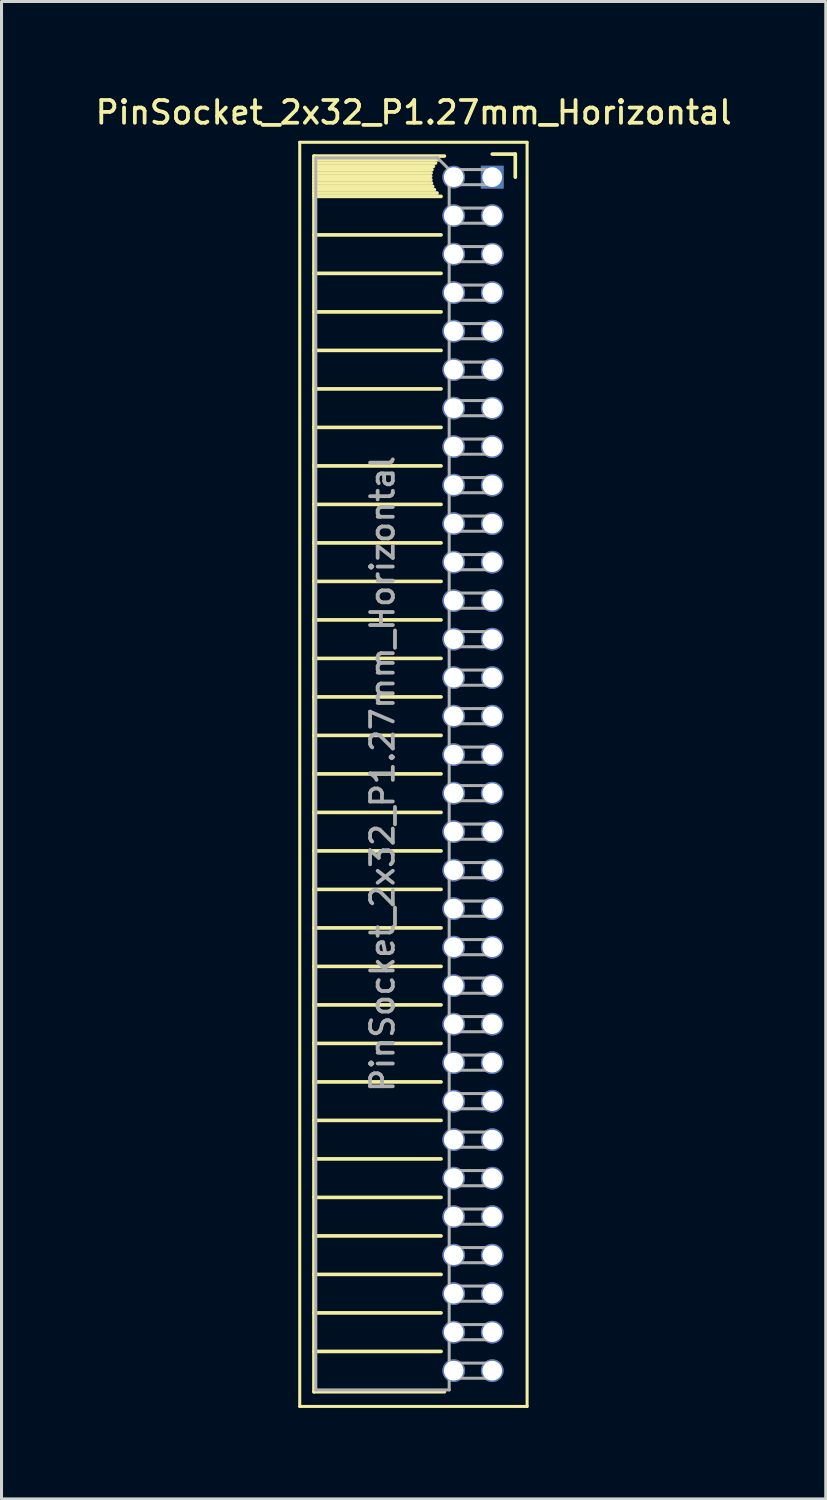
<source format=kicad_pcb>
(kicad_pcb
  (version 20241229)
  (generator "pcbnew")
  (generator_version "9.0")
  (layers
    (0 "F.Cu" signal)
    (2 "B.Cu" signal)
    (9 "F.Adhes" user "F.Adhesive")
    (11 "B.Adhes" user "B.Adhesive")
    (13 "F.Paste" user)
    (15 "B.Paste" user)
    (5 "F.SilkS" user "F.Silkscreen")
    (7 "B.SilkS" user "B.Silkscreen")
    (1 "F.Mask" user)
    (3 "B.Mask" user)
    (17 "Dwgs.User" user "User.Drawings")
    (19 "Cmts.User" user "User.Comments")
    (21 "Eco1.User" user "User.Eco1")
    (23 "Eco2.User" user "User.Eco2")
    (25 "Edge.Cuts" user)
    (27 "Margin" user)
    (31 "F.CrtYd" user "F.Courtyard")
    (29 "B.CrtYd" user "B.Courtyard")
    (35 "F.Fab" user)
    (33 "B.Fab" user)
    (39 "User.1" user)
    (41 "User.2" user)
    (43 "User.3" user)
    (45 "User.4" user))
  (footprint "PinSocket_2x32_P1.27mm_Horizontal"
    (layer "F.Cu")
    (at 13.187 2.793)
    (property "Reference" "PinSocket_2x32_P1.27mm_Horizontal" (at -2.592 -2.135 0) (layer "F.SilkS") (effects (font (size 0.75 0.75) (thickness 0.125))))
    (attr through_hole)
    (fp_line (start -6.35 -1.15) (end -6.35 40.55) (stroke (width 0.1) (type solid)) (layer "F.SilkS"))
    (fp_line (start -6.35 40.55) (end 1.15 40.55) (stroke (width 0.1) (type solid)) (layer "F.SilkS"))
    (fp_line (start -5.88 -0.695) (end -5.88 40.065) (stroke (width 0.12) (type solid)) (layer "F.SilkS"))
    (fp_line (start -5.88 -0.695) (end -1.578 -0.695) (stroke (width 0.12) (type solid)) (layer "F.SilkS"))
    (fp_line (start -5.88 -0.575) (end -1.767 -0.575) (stroke (width 0.12) (type solid)) (layer "F.SilkS"))
    (fp_line (start -5.88 -0.465) (end -1.871 -0.465) (stroke (width 0.12) (type solid)) (layer "F.SilkS"))
    (fp_line (start -5.88 -0.355) (end -1.942 -0.355) (stroke (width 0.12) (type solid)) (layer "F.SilkS"))
    (fp_line (start -5.88 -0.245) (end -1.989 -0.245) (stroke (width 0.12) (type solid)) (layer "F.SilkS"))
    (fp_line (start -5.88 -0.135) (end -2.018 -0.135) (stroke (width 0.12) (type solid)) (layer "F.SilkS"))
    (fp_line (start -5.88 -0.025) (end -2.03 -0.025) (stroke (width 0.12) (type solid)) (layer "F.SilkS"))
    (fp_line (start -5.88 0.085) (end -2.025 0.085) (stroke (width 0.12) (type solid)) (layer "F.SilkS"))
    (fp_line (start -5.88 0.195) (end -2.005 0.195) (stroke (width 0.12) (type solid)) (layer "F.SilkS"))
    (fp_line (start -5.88 0.305) (end -1.966 0.305) (stroke (width 0.12) (type solid)) (layer "F.SilkS"))
    (fp_line (start -5.88 0.415) (end -1.907 0.415) (stroke (width 0.12) (type solid)) (layer "F.SilkS"))
    (fp_line (start -5.88 0.525) (end -1.82 0.525) (stroke (width 0.12) (type solid)) (layer "F.SilkS"))
    (fp_line (start -5.88 0.635) (end -1.688 0.635) (stroke (width 0.12) (type solid)) (layer "F.SilkS"))
    (fp_line (start -5.88 1.905) (end -1.688 1.905) (stroke (width 0.12) (type solid)) (layer "F.SilkS"))
    (fp_line (start -5.88 3.175) (end -1.688 3.175) (stroke (width 0.12) (type solid)) (layer "F.SilkS"))
    (fp_line (start -5.88 4.445) (end -1.688 4.445) (stroke (width 0.12) (type solid)) (layer "F.SilkS"))
    (fp_line (start -5.88 5.715) (end -1.688 5.715) (stroke (width 0.12) (type solid)) (layer "F.SilkS"))
    (fp_line (start -5.88 6.985) (end -1.688 6.985) (stroke (width 0.12) (type solid)) (layer "F.SilkS"))
    (fp_line (start -5.88 8.255) (end -1.688 8.255) (stroke (width 0.12) (type solid)) (layer "F.SilkS"))
    (fp_line (start -5.88 9.525) (end -1.688 9.525) (stroke (width 0.12) (type solid)) (layer "F.SilkS"))
    (fp_line (start -5.88 10.795) (end -1.688 10.795) (stroke (width 0.12) (type solid)) (layer "F.SilkS"))
    (fp_line (start -5.88 12.065) (end -1.688 12.065) (stroke (width 0.12) (type solid)) (layer "F.SilkS"))
    (fp_line (start -5.88 13.335) (end -1.688 13.335) (stroke (width 0.12) (type solid)) (layer "F.SilkS"))
    (fp_line (start -5.88 14.605) (end -1.688 14.605) (stroke (width 0.12) (type solid)) (layer "F.SilkS"))
    (fp_line (start -5.88 15.875) (end -1.688 15.875) (stroke (width 0.12) (type solid)) (layer "F.SilkS"))
    (fp_line (start -5.88 17.145) (end -1.688 17.145) (stroke (width 0.12) (type solid)) (layer "F.SilkS"))
    (fp_line (start -5.88 18.415) (end -1.688 18.415) (stroke (width 0.12) (type solid)) (layer "F.SilkS"))
    (fp_line (start -5.88 19.685) (end -1.688 19.685) (stroke (width 0.12) (type solid)) (layer "F.SilkS"))
    (fp_line (start -5.88 20.955) (end -1.688 20.955) (stroke (width 0.12) (type solid)) (layer "F.SilkS"))
    (fp_line (start -5.88 22.225) (end -1.688 22.225) (stroke (width 0.12) (type solid)) (layer "F.SilkS"))
    (fp_line (start -5.88 23.495) (end -1.688 23.495) (stroke (width 0.12) (type solid)) (layer "F.SilkS"))
    (fp_line (start -5.88 24.765) (end -1.688 24.765) (stroke (width 0.12) (type solid)) (layer "F.SilkS"))
    (fp_line (start -5.88 26.035) (end -1.688 26.035) (stroke (width 0.12) (type solid)) (layer "F.SilkS"))
    (fp_line (start -5.88 27.305) (end -1.688 27.305) (stroke (width 0.12) (type solid)) (layer "F.SilkS"))
    (fp_line (start -5.88 28.575) (end -1.688 28.575) (stroke (width 0.12) (type solid)) (layer "F.SilkS"))
    (fp_line (start -5.88 29.845) (end -1.688 29.845) (stroke (width 0.12) (type solid)) (layer "F.SilkS"))
    (fp_line (start -5.88 31.115) (end -1.688 31.115) (stroke (width 0.12) (type solid)) (layer "F.SilkS"))
    (fp_line (start -5.88 32.385) (end -1.688 32.385) (stroke (width 0.12) (type solid)) (layer "F.SilkS"))
    (fp_line (start -5.88 33.655) (end -1.688 33.655) (stroke (width 0.12) (type solid)) (layer "F.SilkS"))
    (fp_line (start -5.88 34.925) (end -1.688 34.925) (stroke (width 0.12) (type solid)) (layer "F.SilkS"))
    (fp_line (start -5.88 36.195) (end -1.688 36.195) (stroke (width 0.12) (type solid)) (layer "F.SilkS"))
    (fp_line (start -5.88 37.465) (end -1.688 37.465) (stroke (width 0.12) (type solid)) (layer "F.SilkS"))
    (fp_line (start -5.88 38.735) (end -1.688 38.735) (stroke (width 0.12) (type solid)) (layer "F.SilkS"))
    (fp_line (start -5.88 40.065) (end -1.578 40.065) (stroke (width 0.12) (type solid)) (layer "F.SilkS"))
    (fp_line (start 0 -0.76) (end 0.76 -0.76) (stroke (width 0.12) (type solid)) (layer "F.SilkS"))
    (fp_line (start 0.76 -0.76) (end 0.76 0) (stroke (width 0.12) (type solid)) (layer "F.SilkS"))
    (fp_line (start 1.15 -1.15) (end -6.35 -1.15) (stroke (width 0.1) (type solid)) (layer "F.SilkS"))
    (fp_line (start 1.15 40.55) (end 1.15 -1.15) (stroke (width 0.1) (type solid)) (layer "F.SilkS"))
    (fp_line (start -5.82 -0.635) (end -1.805 -0.635) (stroke (width 0.1) (type solid)) (layer "F.Fab"))
    (fp_line (start -5.82 40.005) (end -5.82 -0.635) (stroke (width 0.1) (type solid)) (layer "F.Fab"))
    (fp_line (start -1.805 -0.635) (end -1.42 -0.25) (stroke (width 0.1) (type solid)) (layer "F.Fab"))
    (fp_line (start -1.42 -0.25) (end -1.42 40.005) (stroke (width 0.1) (type solid)) (layer "F.Fab"))
    (fp_line (start -1.42 0.25) (end 0 0.25) (stroke (width 0.1) (type solid)) (layer "F.Fab"))
    (fp_line (start -1.42 1.52) (end 0 1.52) (stroke (width 0.1) (type solid)) (layer "F.Fab"))
    (fp_line (start -1.42 2.79) (end 0 2.79) (stroke (width 0.1) (type solid)) (layer "F.Fab"))
    (fp_line (start -1.42 4.06) (end 0 4.06) (stroke (width 0.1) (type solid)) (layer "F.Fab"))
    (fp_line (start -1.42 5.33) (end 0 5.33) (stroke (width 0.1) (type solid)) (layer "F.Fab"))
    (fp_line (start -1.42 6.6) (end 0 6.6) (stroke (width 0.1) (type solid)) (layer "F.Fab"))
    (fp_line (start -1.42 7.87) (end 0 7.87) (stroke (width 0.1) (type solid)) (layer "F.Fab"))
    (fp_line (start -1.42 9.14) (end 0 9.14) (stroke (width 0.1) (type solid)) (layer "F.Fab"))
    (fp_line (start -1.42 10.41) (end 0 10.41) (stroke (width 0.1) (type solid)) (layer "F.Fab"))
    (fp_line (start -1.42 11.68) (end 0 11.68) (stroke (width 0.1) (type solid)) (layer "F.Fab"))
    (fp_line (start -1.42 12.95) (end 0 12.95) (stroke (width 0.1) (type solid)) (layer "F.Fab"))
    (fp_line (start -1.42 14.22) (end 0 14.22) (stroke (width 0.1) (type solid)) (layer "F.Fab"))
    (fp_line (start -1.42 15.49) (end 0 15.49) (stroke (width 0.1) (type solid)) (layer "F.Fab"))
    (fp_line (start -1.42 16.76) (end 0 16.76) (stroke (width 0.1) (type solid)) (layer "F.Fab"))
    (fp_line (start -1.42 18.03) (end 0 18.03) (stroke (width 0.1) (type solid)) (layer "F.Fab"))
    (fp_line (start -1.42 19.3) (end 0 19.3) (stroke (width 0.1) (type solid)) (layer "F.Fab"))
    (fp_line (start -1.42 20.57) (end 0 20.57) (stroke (width 0.1) (type solid)) (layer "F.Fab"))
    (fp_line (start -1.42 21.84) (end 0 21.84) (stroke (width 0.1) (type solid)) (layer "F.Fab"))
    (fp_line (start -1.42 23.11) (end 0 23.11) (stroke (width 0.1) (type solid)) (layer "F.Fab"))
    (fp_line (start -1.42 24.38) (end 0 24.38) (stroke (width 0.1) (type solid)) (layer "F.Fab"))
    (fp_line (start -1.42 25.65) (end 0 25.65) (stroke (width 0.1) (type solid)) (layer "F.Fab"))
    (fp_line (start -1.42 26.92) (end 0 26.92) (stroke (width 0.1) (type solid)) (layer "F.Fab"))
    (fp_line (start -1.42 28.19) (end 0 28.19) (stroke (width 0.1) (type solid)) (layer "F.Fab"))
    (fp_line (start -1.42 29.46) (end 0 29.46) (stroke (width 0.1) (type solid)) (layer "F.Fab"))
    (fp_line (start -1.42 30.73) (end 0 30.73) (stroke (width 0.1) (type solid)) (layer "F.Fab"))
    (fp_line (start -1.42 32) (end 0 32) (stroke (width 0.1) (type solid)) (layer "F.Fab"))
    (fp_line (start -1.42 33.27) (end 0 33.27) (stroke (width 0.1) (type solid)) (layer "F.Fab"))
    (fp_line (start -1.42 34.54) (end 0 34.54) (stroke (width 0.1) (type solid)) (layer "F.Fab"))
    (fp_line (start -1.42 35.81) (end 0 35.81) (stroke (width 0.1) (type solid)) (layer "F.Fab"))
    (fp_line (start -1.42 37.08) (end 0 37.08) (stroke (width 0.1) (type solid)) (layer "F.Fab"))
    (fp_line (start -1.42 38.35) (end 0 38.35) (stroke (width 0.1) (type solid)) (layer "F.Fab"))
    (fp_line (start -1.42 39.62) (end 0 39.62) (stroke (width 0.1) (type solid)) (layer "F.Fab"))
    (fp_line (start -1.42 40.005) (end -5.82 40.005) (stroke (width 0.1) (type solid)) (layer "F.Fab"))
    (fp_line (start 0 -0.25) (end -1.42 -0.25) (stroke (width 0.1) (type solid)) (layer "F.Fab"))
    (fp_line (start 0 0.25) (end 0 -0.25) (stroke (width 0.1) (type solid)) (layer "F.Fab"))
    (fp_line (start 0 1.02) (end -1.42 1.02) (stroke (width 0.1) (type solid)) (layer "F.Fab"))
    (fp_line (start 0 1.52) (end 0 1.02) (stroke (width 0.1) (type solid)) (layer "F.Fab"))
    (fp_line (start 0 2.29) (end -1.42 2.29) (stroke (width 0.1) (type solid)) (layer "F.Fab"))
    (fp_line (start 0 2.79) (end 0 2.29) (stroke (width 0.1) (type solid)) (layer "F.Fab"))
    (fp_line (start 0 3.56) (end -1.42 3.56) (stroke (width 0.1) (type solid)) (layer "F.Fab"))
    (fp_line (start 0 4.06) (end 0 3.56) (stroke (width 0.1) (type solid)) (layer "F.Fab"))
    (fp_line (start 0 4.83) (end -1.42 4.83) (stroke (width 0.1) (type solid)) (layer "F.Fab"))
    (fp_line (start 0 5.33) (end 0 4.83) (stroke (width 0.1) (type solid)) (layer "F.Fab"))
    (fp_line (start 0 6.1) (end -1.42 6.1) (stroke (width 0.1) (type solid)) (layer "F.Fab"))
    (fp_line (start 0 6.6) (end 0 6.1) (stroke (width 0.1) (type solid)) (layer "F.Fab"))
    (fp_line (start 0 7.37) (end -1.42 7.37) (stroke (width 0.1) (type solid)) (layer "F.Fab"))
    (fp_line (start 0 7.87) (end 0 7.37) (stroke (width 0.1) (type solid)) (layer "F.Fab"))
    (fp_line (start 0 8.64) (end -1.42 8.64) (stroke (width 0.1) (type solid)) (layer "F.Fab"))
    (fp_line (start 0 9.14) (end 0 8.64) (stroke (width 0.1) (type solid)) (layer "F.Fab"))
    (fp_line (start 0 9.91) (end -1.42 9.91) (stroke (width 0.1) (type solid)) (layer "F.Fab"))
    (fp_line (start 0 10.41) (end 0 9.91) (stroke (width 0.1) (type solid)) (layer "F.Fab"))
    (fp_line (start 0 11.18) (end -1.42 11.18) (stroke (width 0.1) (type solid)) (layer "F.Fab"))
    (fp_line (start 0 11.68) (end 0 11.18) (stroke (width 0.1) (type solid)) (layer "F.Fab"))
    (fp_line (start 0 12.45) (end -1.42 12.45) (stroke (width 0.1) (type solid)) (layer "F.Fab"))
    (fp_line (start 0 12.95) (end 0 12.45) (stroke (width 0.1) (type solid)) (layer "F.Fab"))
    (fp_line (start 0 13.72) (end -1.42 13.72) (stroke (width 0.1) (type solid)) (layer "F.Fab"))
    (fp_line (start 0 14.22) (end 0 13.72) (stroke (width 0.1) (type solid)) (layer "F.Fab"))
    (fp_line (start 0 14.99) (end -1.42 14.99) (stroke (width 0.1) (type solid)) (layer "F.Fab"))
    (fp_line (start 0 15.49) (end 0 14.99) (stroke (width 0.1) (type solid)) (layer "F.Fab"))
    (fp_line (start 0 16.26) (end -1.42 16.26) (stroke (width 0.1) (type solid)) (layer "F.Fab"))
    (fp_line (start 0 16.76) (end 0 16.26) (stroke (width 0.1) (type solid)) (layer "F.Fab"))
    (fp_line (start 0 17.53) (end -1.42 17.53) (stroke (width 0.1) (type solid)) (layer "F.Fab"))
    (fp_line (start 0 18.03) (end 0 17.53) (stroke (width 0.1) (type solid)) (layer "F.Fab"))
    (fp_line (start 0 18.8) (end -1.42 18.8) (stroke (width 0.1) (type solid)) (layer "F.Fab"))
    (fp_line (start 0 19.3) (end 0 18.8) (stroke (width 0.1) (type solid)) (layer "F.Fab"))
    (fp_line (start 0 20.07) (end -1.42 20.07) (stroke (width 0.1) (type solid)) (layer "F.Fab"))
    (fp_line (start 0 20.57) (end 0 20.07) (stroke (width 0.1) (type solid)) (layer "F.Fab"))
    (fp_line (start 0 21.34) (end -1.42 21.34) (stroke (width 0.1) (type solid)) (layer "F.Fab"))
    (fp_line (start 0 21.84) (end 0 21.34) (stroke (width 0.1) (type solid)) (layer "F.Fab"))
    (fp_line (start 0 22.61) (end -1.42 22.61) (stroke (width 0.1) (type solid)) (layer "F.Fab"))
    (fp_line (start 0 23.11) (end 0 22.61) (stroke (width 0.1) (type solid)) (layer "F.Fab"))
    (fp_line (start 0 23.88) (end -1.42 23.88) (stroke (width 0.1) (type solid)) (layer "F.Fab"))
    (fp_line (start 0 24.38) (end 0 23.88) (stroke (width 0.1) (type solid)) (layer "F.Fab"))
    (fp_line (start 0 25.15) (end -1.42 25.15) (stroke (width 0.1) (type solid)) (layer "F.Fab"))
    (fp_line (start 0 25.65) (end 0 25.15) (stroke (width 0.1) (type solid)) (layer "F.Fab"))
    (fp_line (start 0 26.42) (end -1.42 26.42) (stroke (width 0.1) (type solid)) (layer "F.Fab"))
    (fp_line (start 0 26.92) (end 0 26.42) (stroke (width 0.1) (type solid)) (layer "F.Fab"))
    (fp_line (start 0 27.69) (end -1.42 27.69) (stroke (width 0.1) (type solid)) (layer "F.Fab"))
    (fp_line (start 0 28.19) (end 0 27.69) (stroke (width 0.1) (type solid)) (layer "F.Fab"))
    (fp_line (start 0 28.96) (end -1.42 28.96) (stroke (width 0.1) (type solid)) (layer "F.Fab"))
    (fp_line (start 0 29.46) (end 0 28.96) (stroke (width 0.1) (type solid)) (layer "F.Fab"))
    (fp_line (start 0 30.23) (end -1.42 30.23) (stroke (width 0.1) (type solid)) (layer "F.Fab"))
    (fp_line (start 0 30.73) (end 0 30.23) (stroke (width 0.1) (type solid)) (layer "F.Fab"))
    (fp_line (start 0 31.5) (end -1.42 31.5) (stroke (width 0.1) (type solid)) (layer "F.Fab"))
    (fp_line (start 0 32) (end 0 31.5) (stroke (width 0.1) (type solid)) (layer "F.Fab"))
    (fp_line (start 0 32.77) (end -1.42 32.77) (stroke (width 0.1) (type solid)) (layer "F.Fab"))
    (fp_line (start 0 33.27) (end 0 32.77) (stroke (width 0.1) (type solid)) (layer "F.Fab"))
    (fp_line (start 0 34.04) (end -1.42 34.04) (stroke (width 0.1) (type solid)) (layer "F.Fab"))
    (fp_line (start 0 34.54) (end 0 34.04) (stroke (width 0.1) (type solid)) (layer "F.Fab"))
    (fp_line (start 0 35.31) (end -1.42 35.31) (stroke (width 0.1) (type solid)) (layer "F.Fab"))
    (fp_line (start 0 35.81) (end 0 35.31) (stroke (width 0.1) (type solid)) (layer "F.Fab"))
    (fp_line (start 0 36.58) (end -1.42 36.58) (stroke (width 0.1) (type solid)) (layer "F.Fab"))
    (fp_line (start 0 37.08) (end 0 36.58) (stroke (width 0.1) (type solid)) (layer "F.Fab"))
    (fp_line (start 0 37.85) (end -1.42 37.85) (stroke (width 0.1) (type solid)) (layer "F.Fab"))
    (fp_line (start 0 38.35) (end 0 37.85) (stroke (width 0.1) (type solid)) (layer "F.Fab"))
    (fp_line (start 0 39.12) (end -1.42 39.12) (stroke (width 0.1) (type solid)) (layer "F.Fab"))
    (fp_line (start 0 39.62) (end 0 39.12) (stroke (width 0.1) (type solid)) (layer "F.Fab"))
    (fp_text user "${REFERENCE}" (at -3.62 19.685 90) (layer "F.Fab") (effects (font (size 0.75 0.75) (thickness 0.125))))
    (pad "1" thru_hole rect (at 0 0) (size 0.75 0.75) (drill 0.65) (layers "*.Cu" "*.Mask"))
    (pad "2" thru_hole oval (at -1.27 0) (size 0.75 0.75) (drill 0.65) (layers "*.Cu" "*.Mask"))
    (pad "3" thru_hole oval (at 0 1.27) (size 0.75 0.75) (drill 0.65) (layers "*.Cu" "*.Mask"))
    (pad "4" thru_hole oval (at -1.27 1.27) (size 0.75 0.75) (drill 0.65) (layers "*.Cu" "*.Mask"))
    (pad "5" thru_hole oval (at 0 2.54) (size 0.75 0.75) (drill 0.65) (layers "*.Cu" "*.Mask"))
    (pad "6" thru_hole oval (at -1.27 2.54) (size 0.75 0.75) (drill 0.65) (layers "*.Cu" "*.Mask"))
    (pad "7" thru_hole oval (at 0 3.81) (size 0.75 0.75) (drill 0.65) (layers "*.Cu" "*.Mask"))
    (pad "8" thru_hole oval (at -1.27 3.81) (size 0.75 0.75) (drill 0.65) (layers "*.Cu" "*.Mask"))
    (pad "9" thru_hole oval (at 0 5.08) (size 0.75 0.75) (drill 0.65) (layers "*.Cu" "*.Mask"))
    (pad "10" thru_hole oval (at -1.27 5.08) (size 0.75 0.75) (drill 0.65) (layers "*.Cu" "*.Mask"))
    (pad "11" thru_hole oval (at 0 6.35) (size 0.75 0.75) (drill 0.65) (layers "*.Cu" "*.Mask"))
    (pad "12" thru_hole oval (at -1.27 6.35) (size 0.75 0.75) (drill 0.65) (layers "*.Cu" "*.Mask"))
    (pad "13" thru_hole oval (at 0 7.62) (size 0.75 0.75) (drill 0.65) (layers "*.Cu" "*.Mask"))
    (pad "14" thru_hole oval (at -1.27 7.62) (size 0.75 0.75) (drill 0.65) (layers "*.Cu" "*.Mask"))
    (pad "15" thru_hole oval (at 0 8.89) (size 0.75 0.75) (drill 0.65) (layers "*.Cu" "*.Mask"))
    (pad "16" thru_hole oval (at -1.27 8.89) (size 0.75 0.75) (drill 0.65) (layers "*.Cu" "*.Mask"))
    (pad "17" thru_hole oval (at 0 10.16) (size 0.75 0.75) (drill 0.65) (layers "*.Cu" "*.Mask"))
    (pad "18" thru_hole oval (at -1.27 10.16) (size 0.75 0.75) (drill 0.65) (layers "*.Cu" "*.Mask"))
    (pad "19" thru_hole oval (at 0 11.43) (size 0.75 0.75) (drill 0.65) (layers "*.Cu" "*.Mask"))
    (pad "20" thru_hole oval (at -1.27 11.43) (size 0.75 0.75) (drill 0.65) (layers "*.Cu" "*.Mask"))
    (pad "21" thru_hole oval (at 0 12.7) (size 0.75 0.75) (drill 0.65) (layers "*.Cu" "*.Mask"))
    (pad "22" thru_hole oval (at -1.27 12.7) (size 0.75 0.75) (drill 0.65) (layers "*.Cu" "*.Mask"))
    (pad "23" thru_hole oval (at 0 13.97) (size 0.75 0.75) (drill 0.65) (layers "*.Cu" "*.Mask"))
    (pad "24" thru_hole oval (at -1.27 13.97) (size 0.75 0.75) (drill 0.65) (layers "*.Cu" "*.Mask"))
    (pad "25" thru_hole oval (at 0 15.24) (size 0.75 0.75) (drill 0.65) (layers "*.Cu" "*.Mask"))
    (pad "26" thru_hole oval (at -1.27 15.24) (size 0.75 0.75) (drill 0.65) (layers "*.Cu" "*.Mask"))
    (pad "27" thru_hole oval (at 0 16.51) (size 0.75 0.75) (drill 0.65) (layers "*.Cu" "*.Mask"))
    (pad "28" thru_hole oval (at -1.27 16.51) (size 0.75 0.75) (drill 0.65) (layers "*.Cu" "*.Mask"))
    (pad "29" thru_hole oval (at 0 17.78) (size 0.75 0.75) (drill 0.65) (layers "*.Cu" "*.Mask"))
    (pad "30" thru_hole oval (at -1.27 17.78) (size 0.75 0.75) (drill 0.65) (layers "*.Cu" "*.Mask"))
    (pad "31" thru_hole oval (at 0 19.05) (size 0.75 0.75) (drill 0.65) (layers "*.Cu" "*.Mask"))
    (pad "32" thru_hole oval (at -1.27 19.05) (size 0.75 0.75) (drill 0.65) (layers "*.Cu" "*.Mask"))
    (pad "33" thru_hole oval (at 0 20.32) (size 0.75 0.75) (drill 0.65) (layers "*.Cu" "*.Mask"))
    (pad "34" thru_hole oval (at -1.27 20.32) (size 0.75 0.75) (drill 0.65) (layers "*.Cu" "*.Mask"))
    (pad "35" thru_hole oval (at 0 21.59) (size 0.75 0.75) (drill 0.65) (layers "*.Cu" "*.Mask"))
    (pad "36" thru_hole oval (at -1.27 21.59) (size 0.75 0.75) (drill 0.65) (layers "*.Cu" "*.Mask"))
    (pad "37" thru_hole oval (at 0 22.86) (size 0.75 0.75) (drill 0.65) (layers "*.Cu" "*.Mask"))
    (pad "38" thru_hole oval (at -1.27 22.86) (size 0.75 0.75) (drill 0.65) (layers "*.Cu" "*.Mask"))
    (pad "39" thru_hole oval (at 0 24.13) (size 0.75 0.75) (drill 0.65) (layers "*.Cu" "*.Mask"))
    (pad "40" thru_hole oval (at -1.27 24.13) (size 0.75 0.75) (drill 0.65) (layers "*.Cu" "*.Mask"))
    (pad "41" thru_hole oval (at 0 25.4) (size 0.75 0.75) (drill 0.65) (layers "*.Cu" "*.Mask"))
    (pad "42" thru_hole oval (at -1.27 25.4) (size 0.75 0.75) (drill 0.65) (layers "*.Cu" "*.Mask"))
    (pad "43" thru_hole oval (at 0 26.67) (size 0.75 0.75) (drill 0.65) (layers "*.Cu" "*.Mask"))
    (pad "44" thru_hole oval (at -1.27 26.67) (size 0.75 0.75) (drill 0.65) (layers "*.Cu" "*.Mask"))
    (pad "45" thru_hole oval (at 0 27.94) (size 0.75 0.75) (drill 0.65) (layers "*.Cu" "*.Mask"))
    (pad "46" thru_hole oval (at -1.27 27.94) (size 0.75 0.75) (drill 0.65) (layers "*.Cu" "*.Mask"))
    (pad "47" thru_hole oval (at 0 29.21) (size 0.75 0.75) (drill 0.65) (layers "*.Cu" "*.Mask"))
    (pad "48" thru_hole oval (at -1.27 29.21) (size 0.75 0.75) (drill 0.65) (layers "*.Cu" "*.Mask"))
    (pad "49" thru_hole oval (at 0 30.48) (size 0.75 0.75) (drill 0.65) (layers "*.Cu" "*.Mask"))
    (pad "50" thru_hole oval (at -1.27 30.48) (size 0.75 0.75) (drill 0.65) (layers "*.Cu" "*.Mask"))
    (pad "51" thru_hole oval (at 0 31.75) (size 0.75 0.75) (drill 0.65) (layers "*.Cu" "*.Mask"))
    (pad "52" thru_hole oval (at -1.27 31.75) (size 0.75 0.75) (drill 0.65) (layers "*.Cu" "*.Mask"))
    (pad "53" thru_hole oval (at 0 33.02) (size 0.75 0.75) (drill 0.65) (layers "*.Cu" "*.Mask"))
    (pad "54" thru_hole oval (at -1.27 33.02) (size 0.75 0.75) (drill 0.65) (layers "*.Cu" "*.Mask"))
    (pad "55" thru_hole oval (at 0 34.29) (size 0.75 0.75) (drill 0.65) (layers "*.Cu" "*.Mask"))
    (pad "56" thru_hole oval (at -1.27 34.29) (size 0.75 0.75) (drill 0.65) (layers "*.Cu" "*.Mask"))
    (pad "57" thru_hole oval (at 0 35.56) (size 0.75 0.75) (drill 0.65) (layers "*.Cu" "*.Mask"))
    (pad "58" thru_hole oval (at -1.27 35.56) (size 0.75 0.75) (drill 0.65) (layers "*.Cu" "*.Mask"))
    (pad "59" thru_hole oval (at 0 36.83) (size 0.75 0.75) (drill 0.65) (layers "*.Cu" "*.Mask"))
    (pad "60" thru_hole oval (at -1.27 36.83) (size 0.75 0.75) (drill 0.65) (layers "*.Cu" "*.Mask"))
    (pad "61" thru_hole oval (at 0 38.1) (size 0.75 0.75) (drill 0.65) (layers "*.Cu" "*.Mask"))
    (pad "62" thru_hole oval (at -1.27 38.1) (size 0.75 0.75) (drill 0.65) (layers "*.Cu" "*.Mask"))
    (pad "63" thru_hole oval (at 0 39.37) (size 0.75 0.75) (drill 0.65) (layers "*.Cu" "*.Mask"))
    (pad "64" thru_hole oval (at -1.27 39.37) (size 0.75 0.75) (drill 0.65) (layers "*.Cu" "*.Mask")))
  (gr_rect
    (start -3 -3)
    (end 24.189 46.393)
    (stroke (width 0.1) (type default))
    (fill no)
    (layer "Edge.Cuts")))
</source>
